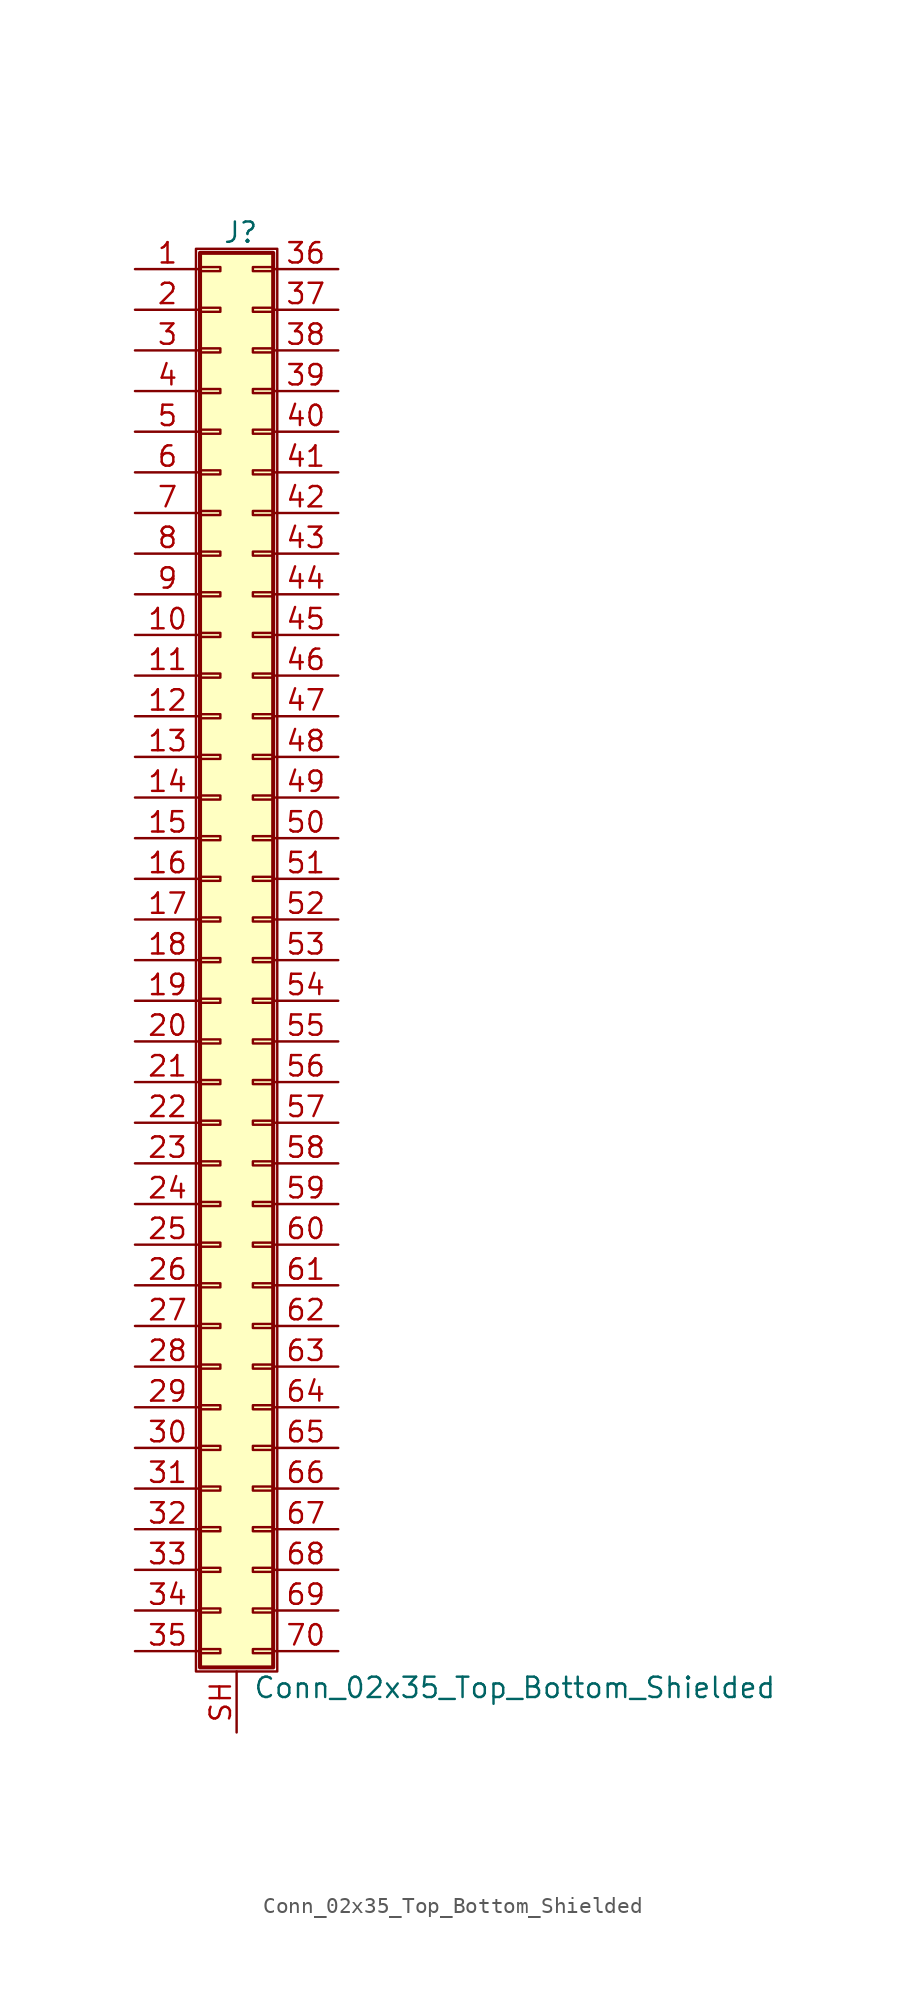
<source format=kicad_sym>
(kicad_symbol_lib
  (version 20220914)
  (generator kicad_symbol_editor)
  (symbol "Conn_02x35_Top_Bottom_Shielded"
    (pin_names
      (offset 1.016) hide)
    (property "Reference" "J"
      (at 1.524 45.466 0)
      (effects (font (size 1.27 1.27))))
    (property "Value" "Conn_02x35_Top_Bottom_Shielded"
      (at 2.286 -45.466 0)
      (effects (font (size 1.27 1.27)) (justify left)))
    (symbol "Conn_02x35_Top_Bottom_Shielded_1_1"
      (rectangle (start -1.27 44.45) (end 3.81 -44.45) (stroke (width 0.152) (type default)) (fill (type none)))
      (rectangle (start -1.016 -43.053) (end 0.254 -43.307) (stroke (width 0.152) (type default)) (fill (type none)))
      (rectangle (start -1.016 -40.513) (end 0.254 -40.767) (stroke (width 0.152) (type default)) (fill (type none)))
      (rectangle (start -1.016 -37.973) (end 0.254 -38.227) (stroke (width 0.152) (type default)) (fill (type none)))
      (rectangle (start -1.016 -35.433) (end 0.254 -35.687) (stroke (width 0.152) (type default)) (fill (type none)))
      (rectangle (start -1.016 -32.893) (end 0.254 -33.147) (stroke (width 0.152) (type default)) (fill (type none)))
      (rectangle (start -1.016 -30.353) (end 0.254 -30.607) (stroke (width 0.152) (type default)) (fill (type none)))
      (rectangle (start -1.016 -27.813) (end 0.254 -28.067) (stroke (width 0.152) (type default)) (fill (type none)))
      (rectangle (start -1.016 -25.273) (end 0.254 -25.527) (stroke (width 0.152) (type default)) (fill (type none)))
      (rectangle (start -1.016 -22.733) (end 0.254 -22.987) (stroke (width 0.152) (type default)) (fill (type none)))
      (rectangle (start -1.016 -20.193) (end 0.254 -20.447) (stroke (width 0.152) (type default)) (fill (type none)))
      (rectangle (start -1.016 -17.653) (end 0.254 -17.907) (stroke (width 0.152) (type default)) (fill (type none)))
      (rectangle (start -1.016 -15.113) (end 0.254 -15.367) (stroke (width 0.152) (type default)) (fill (type none)))
      (rectangle (start -1.016 -12.573) (end 0.254 -12.827) (stroke (width 0.152) (type default)) (fill (type none)))
      (rectangle (start -1.016 -10.033) (end 0.254 -10.287) (stroke (width 0.152) (type default)) (fill (type none)))
      (rectangle (start -1.016 -7.493) (end 0.254 -7.747) (stroke (width 0.152) (type default)) (fill (type none)))
      (rectangle (start -1.016 -4.953) (end 0.254 -5.207) (stroke (width 0.152) (type default)) (fill (type none)))
      (rectangle (start -1.016 -2.413) (end 0.254 -2.667) (stroke (width 0.152) (type default)) (fill (type none)))
      (rectangle (start -1.016 0.127) (end 0.254 -0.127) (stroke (width 0.152) (type default)) (fill (type none)))
      (rectangle (start -1.016 2.667) (end 0.254 2.413) (stroke (width 0.152) (type default)) (fill (type none)))
      (rectangle (start -1.016 5.207) (end 0.254 4.953) (stroke (width 0.152) (type default)) (fill (type none)))
      (rectangle (start -1.016 7.747) (end 0.254 7.493) (stroke (width 0.152) (type default)) (fill (type none)))
      (rectangle (start -1.016 10.287) (end 0.254 10.033) (stroke (width 0.152) (type default)) (fill (type none)))
      (rectangle (start -1.016 12.827) (end 0.254 12.573) (stroke (width 0.152) (type default)) (fill (type none)))
      (rectangle (start -1.016 15.367) (end 0.254 15.113) (stroke (width 0.152) (type default)) (fill (type none)))
      (rectangle (start -1.016 17.907) (end 0.254 17.653) (stroke (width 0.152) (type default)) (fill (type none)))
      (rectangle (start -1.016 20.447) (end 0.254 20.193) (stroke (width 0.152) (type default)) (fill (type none)))
      (rectangle (start -1.016 22.987) (end 0.254 22.733) (stroke (width 0.152) (type default)) (fill (type none)))
      (rectangle (start -1.016 25.527) (end 0.254 25.273) (stroke (width 0.152) (type default)) (fill (type none)))
      (rectangle (start -1.016 28.067) (end 0.254 27.813) (stroke (width 0.152) (type default)) (fill (type none)))
      (rectangle (start -1.016 30.607) (end 0.254 30.353) (stroke (width 0.152) (type default)) (fill (type none)))
      (rectangle (start -1.016 33.147) (end 0.254 32.893) (stroke (width 0.152) (type default)) (fill (type none)))
      (rectangle (start -1.016 35.687) (end 0.254 35.433) (stroke (width 0.152) (type default)) (fill (type none)))
      (rectangle (start -1.016 38.227) (end 0.254 37.973) (stroke (width 0.152) (type default)) (fill (type none)))
      (rectangle (start -1.016 40.767) (end 0.254 40.513) (stroke (width 0.152) (type default)) (fill (type none)))
      (rectangle (start -1.016 43.307) (end 0.254 43.053) (stroke (width 0.152) (type default)) (fill (type none)))
      (rectangle (start -1.016 44.196) (end 3.556 -44.196) (stroke (width 0.254) (type default)) (fill (type background)))
      (rectangle (start 3.556 -43.053) (end 2.286 -43.307) (stroke (width 0.152) (type default)) (fill (type none)))
      (rectangle (start 3.556 -40.513) (end 2.286 -40.767) (stroke (width 0.152) (type default)) (fill (type none)))
      (rectangle (start 3.556 -37.973) (end 2.286 -38.227) (stroke (width 0.152) (type default)) (fill (type none)))
      (rectangle (start 3.556 -35.433) (end 2.286 -35.687) (stroke (width 0.152) (type default)) (fill (type none)))
      (rectangle (start 3.556 -32.893) (end 2.286 -33.147) (stroke (width 0.152) (type default)) (fill (type none)))
      (rectangle (start 3.556 -30.353) (end 2.286 -30.607) (stroke (width 0.152) (type default)) (fill (type none)))
      (rectangle (start 3.556 -27.813) (end 2.286 -28.067) (stroke (width 0.152) (type default)) (fill (type none)))
      (rectangle (start 3.556 -25.273) (end 2.286 -25.527) (stroke (width 0.152) (type default)) (fill (type none)))
      (rectangle (start 3.556 -22.733) (end 2.286 -22.987) (stroke (width 0.152) (type default)) (fill (type none)))
      (rectangle (start 3.556 -20.193) (end 2.286 -20.447) (stroke (width 0.152) (type default)) (fill (type none)))
      (rectangle (start 3.556 -17.653) (end 2.286 -17.907) (stroke (width 0.152) (type default)) (fill (type none)))
      (rectangle (start 3.556 -15.113) (end 2.286 -15.367) (stroke (width 0.152) (type default)) (fill (type none)))
      (rectangle (start 3.556 -12.573) (end 2.286 -12.827) (stroke (width 0.152) (type default)) (fill (type none)))
      (rectangle (start 3.556 -10.033) (end 2.286 -10.287) (stroke (width 0.152) (type default)) (fill (type none)))
      (rectangle (start 3.556 -7.493) (end 2.286 -7.747) (stroke (width 0.152) (type default)) (fill (type none)))
      (rectangle (start 3.556 -4.953) (end 2.286 -5.207) (stroke (width 0.152) (type default)) (fill (type none)))
      (rectangle (start 3.556 -2.413) (end 2.286 -2.667) (stroke (width 0.152) (type default)) (fill (type none)))
      (rectangle (start 3.556 0.127) (end 2.286 -0.127) (stroke (width 0.152) (type default)) (fill (type none)))
      (rectangle (start 3.556 2.667) (end 2.286 2.413) (stroke (width 0.152) (type default)) (fill (type none)))
      (rectangle (start 3.556 5.207) (end 2.286 4.953) (stroke (width 0.152) (type default)) (fill (type none)))
      (rectangle (start 3.556 7.747) (end 2.286 7.493) (stroke (width 0.152) (type default)) (fill (type none)))
      (rectangle (start 3.556 10.287) (end 2.286 10.033) (stroke (width 0.152) (type default)) (fill (type none)))
      (rectangle (start 3.556 12.827) (end 2.286 12.573) (stroke (width 0.152) (type default)) (fill (type none)))
      (rectangle (start 3.556 15.367) (end 2.286 15.113) (stroke (width 0.152) (type default)) (fill (type none)))
      (rectangle (start 3.556 17.907) (end 2.286 17.653) (stroke (width 0.152) (type default)) (fill (type none)))
      (rectangle (start 3.556 20.447) (end 2.286 20.193) (stroke (width 0.152) (type default)) (fill (type none)))
      (rectangle (start 3.556 22.987) (end 2.286 22.733) (stroke (width 0.152) (type default)) (fill (type none)))
      (rectangle (start 3.556 25.527) (end 2.286 25.273) (stroke (width 0.152) (type default)) (fill (type none)))
      (rectangle (start 3.556 28.067) (end 2.286 27.813) (stroke (width 0.152) (type default)) (fill (type none)))
      (rectangle (start 3.556 30.607) (end 2.286 30.353) (stroke (width 0.152) (type default)) (fill (type none)))
      (rectangle (start 3.556 33.147) (end 2.286 32.893) (stroke (width 0.152) (type default)) (fill (type none)))
      (rectangle (start 3.556 35.687) (end 2.286 35.433) (stroke (width 0.152) (type default)) (fill (type none)))
      (rectangle (start 3.556 38.227) (end 2.286 37.973) (stroke (width 0.152) (type default)) (fill (type none)))
      (rectangle (start 3.556 40.767) (end 2.286 40.513) (stroke (width 0.152) (type default)) (fill (type none)))
      (rectangle (start 3.556 43.307) (end 2.286 43.053) (stroke (width 0.152) (type default)) (fill (type none)))
      (pin passive line (at -5.08 43.18 0) (length 4.064) (name "Pin_1" (effects (font (size 1.27 1.27)))) (number "1" (effects (font (size 1.27 1.27)))))
      (pin passive line (at -5.08 20.32 0) (length 4.064) (name "Pin_10" (effects (font (size 1.27 1.27)))) (number "10" (effects (font (size 1.27 1.27)))))
      (pin passive line (at -5.08 17.78 0) (length 4.064) (name "Pin_11" (effects (font (size 1.27 1.27)))) (number "11" (effects (font (size 1.27 1.27)))))
      (pin passive line (at -5.08 15.24 0) (length 4.064) (name "Pin_12" (effects (font (size 1.27 1.27)))) (number "12" (effects (font (size 1.27 1.27)))))
      (pin passive line (at -5.08 12.7 0) (length 4.064) (name "Pin_13" (effects (font (size 1.27 1.27)))) (number "13" (effects (font (size 1.27 1.27)))))
      (pin passive line (at -5.08 10.16 0) (length 4.064) (name "Pin_14" (effects (font (size 1.27 1.27)))) (number "14" (effects (font (size 1.27 1.27)))))
      (pin passive line (at -5.08 7.62 0) (length 4.064) (name "Pin_15" (effects (font (size 1.27 1.27)))) (number "15" (effects (font (size 1.27 1.27)))))
      (pin passive line (at -5.08 5.08 0) (length 4.064) (name "Pin_16" (effects (font (size 1.27 1.27)))) (number "16" (effects (font (size 1.27 1.27)))))
      (pin passive line (at -5.08 2.54 0) (length 4.064) (name "Pin_17" (effects (font (size 1.27 1.27)))) (number "17" (effects (font (size 1.27 1.27)))))
      (pin passive line (at -5.08 0 0) (length 4.064) (name "Pin_18" (effects (font (size 1.27 1.27)))) (number "18" (effects (font (size 1.27 1.27)))))
      (pin passive line (at -5.08 -2.54 0) (length 4.064) (name "Pin_19" (effects (font (size 1.27 1.27)))) (number "19" (effects (font (size 1.27 1.27)))))
      (pin passive line (at -5.08 40.64 0) (length 4.064) (name "Pin_2" (effects (font (size 1.27 1.27)))) (number "2" (effects (font (size 1.27 1.27)))))
      (pin passive line (at -5.08 -5.08 0) (length 4.064) (name "Pin_20" (effects (font (size 1.27 1.27)))) (number "20" (effects (font (size 1.27 1.27)))))
      (pin passive line (at -5.08 -7.62 0) (length 4.064) (name "Pin_21" (effects (font (size 1.27 1.27)))) (number "21" (effects (font (size 1.27 1.27)))))
      (pin passive line (at -5.08 -10.16 0) (length 4.064) (name "Pin_22" (effects (font (size 1.27 1.27)))) (number "22" (effects (font (size 1.27 1.27)))))
      (pin passive line (at -5.08 -12.7 0) (length 4.064) (name "Pin_23" (effects (font (size 1.27 1.27)))) (number "23" (effects (font (size 1.27 1.27)))))
      (pin passive line (at -5.08 -15.24 0) (length 4.064) (name "Pin_24" (effects (font (size 1.27 1.27)))) (number "24" (effects (font (size 1.27 1.27)))))
      (pin passive line (at -5.08 -17.78 0) (length 4.064) (name "Pin_25" (effects (font (size 1.27 1.27)))) (number "25" (effects (font (size 1.27 1.27)))))
      (pin passive line (at -5.08 -20.32 0) (length 4.064) (name "Pin_26" (effects (font (size 1.27 1.27)))) (number "26" (effects (font (size 1.27 1.27)))))
      (pin passive line (at -5.08 -22.86 0) (length 4.064) (name "Pin_27" (effects (font (size 1.27 1.27)))) (number "27" (effects (font (size 1.27 1.27)))))
      (pin passive line (at -5.08 -25.4 0) (length 4.064) (name "Pin_28" (effects (font (size 1.27 1.27)))) (number "28" (effects (font (size 1.27 1.27)))))
      (pin passive line (at -5.08 -27.94 0) (length 4.064) (name "Pin_29" (effects (font (size 1.27 1.27)))) (number "29" (effects (font (size 1.27 1.27)))))
      (pin passive line (at -5.08 38.1 0) (length 4.064) (name "Pin_3" (effects (font (size 1.27 1.27)))) (number "3" (effects (font (size 1.27 1.27)))))
      (pin passive line (at -5.08 -30.48 0) (length 4.064) (name "Pin_30" (effects (font (size 1.27 1.27)))) (number "30" (effects (font (size 1.27 1.27)))))
      (pin passive line (at -5.08 -33.02 0) (length 4.064) (name "Pin_31" (effects (font (size 1.27 1.27)))) (number "31" (effects (font (size 1.27 1.27)))))
      (pin passive line (at -5.08 -35.56 0) (length 4.064) (name "Pin_32" (effects (font (size 1.27 1.27)))) (number "32" (effects (font (size 1.27 1.27)))))
      (pin passive line (at -5.08 -38.1 0) (length 4.064) (name "Pin_33" (effects (font (size 1.27 1.27)))) (number "33" (effects (font (size 1.27 1.27)))))
      (pin passive line (at -5.08 -40.64 0) (length 4.064) (name "Pin_34" (effects (font (size 1.27 1.27)))) (number "34" (effects (font (size 1.27 1.27)))))
      (pin passive line (at -5.08 -43.18 0) (length 4.064) (name "Pin_35" (effects (font (size 1.27 1.27)))) (number "35" (effects (font (size 1.27 1.27)))))
      (pin passive line (at 7.62 43.18 180) (length 4.064) (name "Pin_36" (effects (font (size 1.27 1.27)))) (number "36" (effects (font (size 1.27 1.27)))))
      (pin passive line (at 7.62 40.64 180) (length 4.064) (name "Pin_37" (effects (font (size 1.27 1.27)))) (number "37" (effects (font (size 1.27 1.27)))))
      (pin passive line (at 7.62 38.1 180) (length 4.064) (name "Pin_38" (effects (font (size 1.27 1.27)))) (number "38" (effects (font (size 1.27 1.27)))))
      (pin passive line (at 7.62 35.56 180) (length 4.064) (name "Pin_39" (effects (font (size 1.27 1.27)))) (number "39" (effects (font (size 1.27 1.27)))))
      (pin passive line (at -5.08 35.56 0) (length 4.064) (name "Pin_4" (effects (font (size 1.27 1.27)))) (number "4" (effects (font (size 1.27 1.27)))))
      (pin passive line (at 7.62 33.02 180) (length 4.064) (name "Pin_40" (effects (font (size 1.27 1.27)))) (number "40" (effects (font (size 1.27 1.27)))))
      (pin passive line (at 7.62 30.48 180) (length 4.064) (name "Pin_41" (effects (font (size 1.27 1.27)))) (number "41" (effects (font (size 1.27 1.27)))))
      (pin passive line (at 7.62 27.94 180) (length 4.064) (name "Pin_42" (effects (font (size 1.27 1.27)))) (number "42" (effects (font (size 1.27 1.27)))))
      (pin passive line (at 7.62 25.4 180) (length 4.064) (name "Pin_43" (effects (font (size 1.27 1.27)))) (number "43" (effects (font (size 1.27 1.27)))))
      (pin passive line (at 7.62 22.86 180) (length 4.064) (name "Pin_44" (effects (font (size 1.27 1.27)))) (number "44" (effects (font (size 1.27 1.27)))))
      (pin passive line (at 7.62 20.32 180) (length 4.064) (name "Pin_45" (effects (font (size 1.27 1.27)))) (number "45" (effects (font (size 1.27 1.27)))))
      (pin passive line (at 7.62 17.78 180) (length 4.064) (name "Pin_46" (effects (font (size 1.27 1.27)))) (number "46" (effects (font (size 1.27 1.27)))))
      (pin passive line (at 7.62 15.24 180) (length 4.064) (name "Pin_47" (effects (font (size 1.27 1.27)))) (number "47" (effects (font (size 1.27 1.27)))))
      (pin passive line (at 7.62 12.7 180) (length 4.064) (name "Pin_48" (effects (font (size 1.27 1.27)))) (number "48" (effects (font (size 1.27 1.27)))))
      (pin passive line (at 7.62 10.16 180) (length 4.064) (name "Pin_49" (effects (font (size 1.27 1.27)))) (number "49" (effects (font (size 1.27 1.27)))))
      (pin passive line (at -5.08 33.02 0) (length 4.064) (name "Pin_5" (effects (font (size 1.27 1.27)))) (number "5" (effects (font (size 1.27 1.27)))))
      (pin passive line (at 7.62 7.62 180) (length 4.064) (name "Pin_50" (effects (font (size 1.27 1.27)))) (number "50" (effects (font (size 1.27 1.27)))))
      (pin passive line (at 7.62 5.08 180) (length 4.064) (name "Pin_51" (effects (font (size 1.27 1.27)))) (number "51" (effects (font (size 1.27 1.27)))))
      (pin passive line (at 7.62 2.54 180) (length 4.064) (name "Pin_52" (effects (font (size 1.27 1.27)))) (number "52" (effects (font (size 1.27 1.27)))))
      (pin passive line (at 7.62 0 180) (length 4.064) (name "Pin_53" (effects (font (size 1.27 1.27)))) (number "53" (effects (font (size 1.27 1.27)))))
      (pin passive line (at 7.62 -2.54 180) (length 4.064) (name "Pin_54" (effects (font (size 1.27 1.27)))) (number "54" (effects (font (size 1.27 1.27)))))
      (pin passive line (at 7.62 -5.08 180) (length 4.064) (name "Pin_55" (effects (font (size 1.27 1.27)))) (number "55" (effects (font (size 1.27 1.27)))))
      (pin passive line (at 7.62 -7.62 180) (length 4.064) (name "Pin_56" (effects (font (size 1.27 1.27)))) (number "56" (effects (font (size 1.27 1.27)))))
      (pin passive line (at 7.62 -10.16 180) (length 4.064) (name "Pin_57" (effects (font (size 1.27 1.27)))) (number "57" (effects (font (size 1.27 1.27)))))
      (pin passive line (at 7.62 -12.7 180) (length 4.064) (name "Pin_58" (effects (font (size 1.27 1.27)))) (number "58" (effects (font (size 1.27 1.27)))))
      (pin passive line (at 7.62 -15.24 180) (length 4.064) (name "Pin_59" (effects (font (size 1.27 1.27)))) (number "59" (effects (font (size 1.27 1.27)))))
      (pin passive line (at -5.08 30.48 0) (length 4.064) (name "Pin_6" (effects (font (size 1.27 1.27)))) (number "6" (effects (font (size 1.27 1.27)))))
      (pin passive line (at 7.62 -17.78 180) (length 4.064) (name "Pin_60" (effects (font (size 1.27 1.27)))) (number "60" (effects (font (size 1.27 1.27)))))
      (pin passive line (at 7.62 -20.32 180) (length 4.064) (name "Pin_61" (effects (font (size 1.27 1.27)))) (number "61" (effects (font (size 1.27 1.27)))))
      (pin passive line (at 7.62 -22.86 180) (length 4.064) (name "Pin_62" (effects (font (size 1.27 1.27)))) (number "62" (effects (font (size 1.27 1.27)))))
      (pin passive line (at 7.62 -25.4 180) (length 4.064) (name "Pin_63" (effects (font (size 1.27 1.27)))) (number "63" (effects (font (size 1.27 1.27)))))
      (pin passive line (at 7.62 -27.94 180) (length 4.064) (name "Pin_64" (effects (font (size 1.27 1.27)))) (number "64" (effects (font (size 1.27 1.27)))))
      (pin passive line (at 7.62 -30.48 180) (length 4.064) (name "Pin_65" (effects (font (size 1.27 1.27)))) (number "65" (effects (font (size 1.27 1.27)))))
      (pin passive line (at 7.62 -33.02 180) (length 4.064) (name "Pin_66" (effects (font (size 1.27 1.27)))) (number "66" (effects (font (size 1.27 1.27)))))
      (pin passive line (at 7.62 -35.56 180) (length 4.064) (name "Pin_67" (effects (font (size 1.27 1.27)))) (number "67" (effects (font (size 1.27 1.27)))))
      (pin passive line (at 7.62 -38.1 180) (length 4.064) (name "Pin_68" (effects (font (size 1.27 1.27)))) (number "68" (effects (font (size 1.27 1.27)))))
      (pin passive line (at 7.62 -40.64 180) (length 4.064) (name "Pin_69" (effects (font (size 1.27 1.27)))) (number "69" (effects (font (size 1.27 1.27)))))
      (pin passive line (at -5.08 27.94 0) (length 4.064) (name "Pin_7" (effects (font (size 1.27 1.27)))) (number "7" (effects (font (size 1.27 1.27)))))
      (pin passive line (at 7.62 -43.18 180) (length 4.064) (name "Pin_70" (effects (font (size 1.27 1.27)))) (number "70" (effects (font (size 1.27 1.27)))))
      (pin passive line (at -5.08 25.4 0) (length 4.064) (name "Pin_8" (effects (font (size 1.27 1.27)))) (number "8" (effects (font (size 1.27 1.27)))))
      (pin passive line (at -5.08 22.86 0) (length 4.064) (name "Pin_9" (effects (font (size 1.27 1.27)))) (number "9" (effects (font (size 1.27 1.27)))))
      (pin passive line (at 1.27 -48.26 90) (length 3.81) (name "Shield" (effects (font (size 1.27 1.27)))) (number "SH" (effects (font (size 1.27 1.27))))))))
</source>
